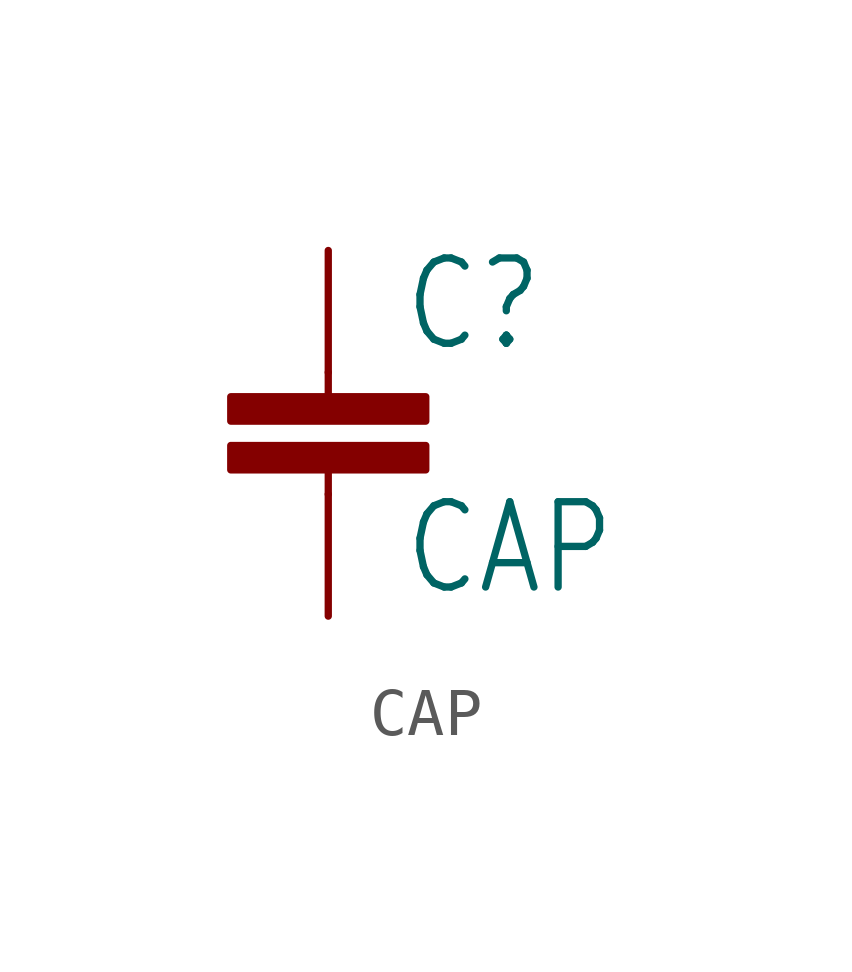
<source format=kicad_sym>
(kicad_symbol_lib
  (version 20211014)
  (generator kicad_symbol_editor)
  (symbol "CAP"
    (property "Reference" "C"
      (at 1.524 2.921 0)
      (effects (font (size 1.778 1.511)) (justify left bottom)))
    (property "Value" "CAP"
      (at 1.524 -2.159 0)
      (effects (font (size 1.778 1.511)) (justify left bottom)))
    (property "ki_locked" ""
      (at 0 0 0)
      (effects (font (size 1.27 1.27))))
    (symbol "CAP_1_0"
      (rectangle (start -2.032 0.508) (end 2.032 1.016) (stroke (width 0) (type default) (color 0 0 0 0)) (fill (type outline)))
      (rectangle (start -2.032 1.524) (end 2.032 2.032) (stroke (width 0) (type default) (color 0 0 0 0)) (fill (type outline)))
      (polyline (pts (xy 0 0) (xy 0 0.508)) (stroke (width 0.152) (type default) (color 0 0 0 0)) (fill (type none)))
      (polyline (pts (xy 0 2.54) (xy 0 2.032)) (stroke (width 0.152) (type default) (color 0 0 0 0)) (fill (type none)))
      (pin passive line (at 0 5.08 270) (length 2.54) (name "1" (effects (font (size 0 0)))) (number "1" (effects (font (size 0 0)))))
      (pin passive line (at 0 -2.54 90) (length 2.54) (name "2" (effects (font (size 0 0)))) (number "2" (effects (font (size 0 0))))))))
</source>
